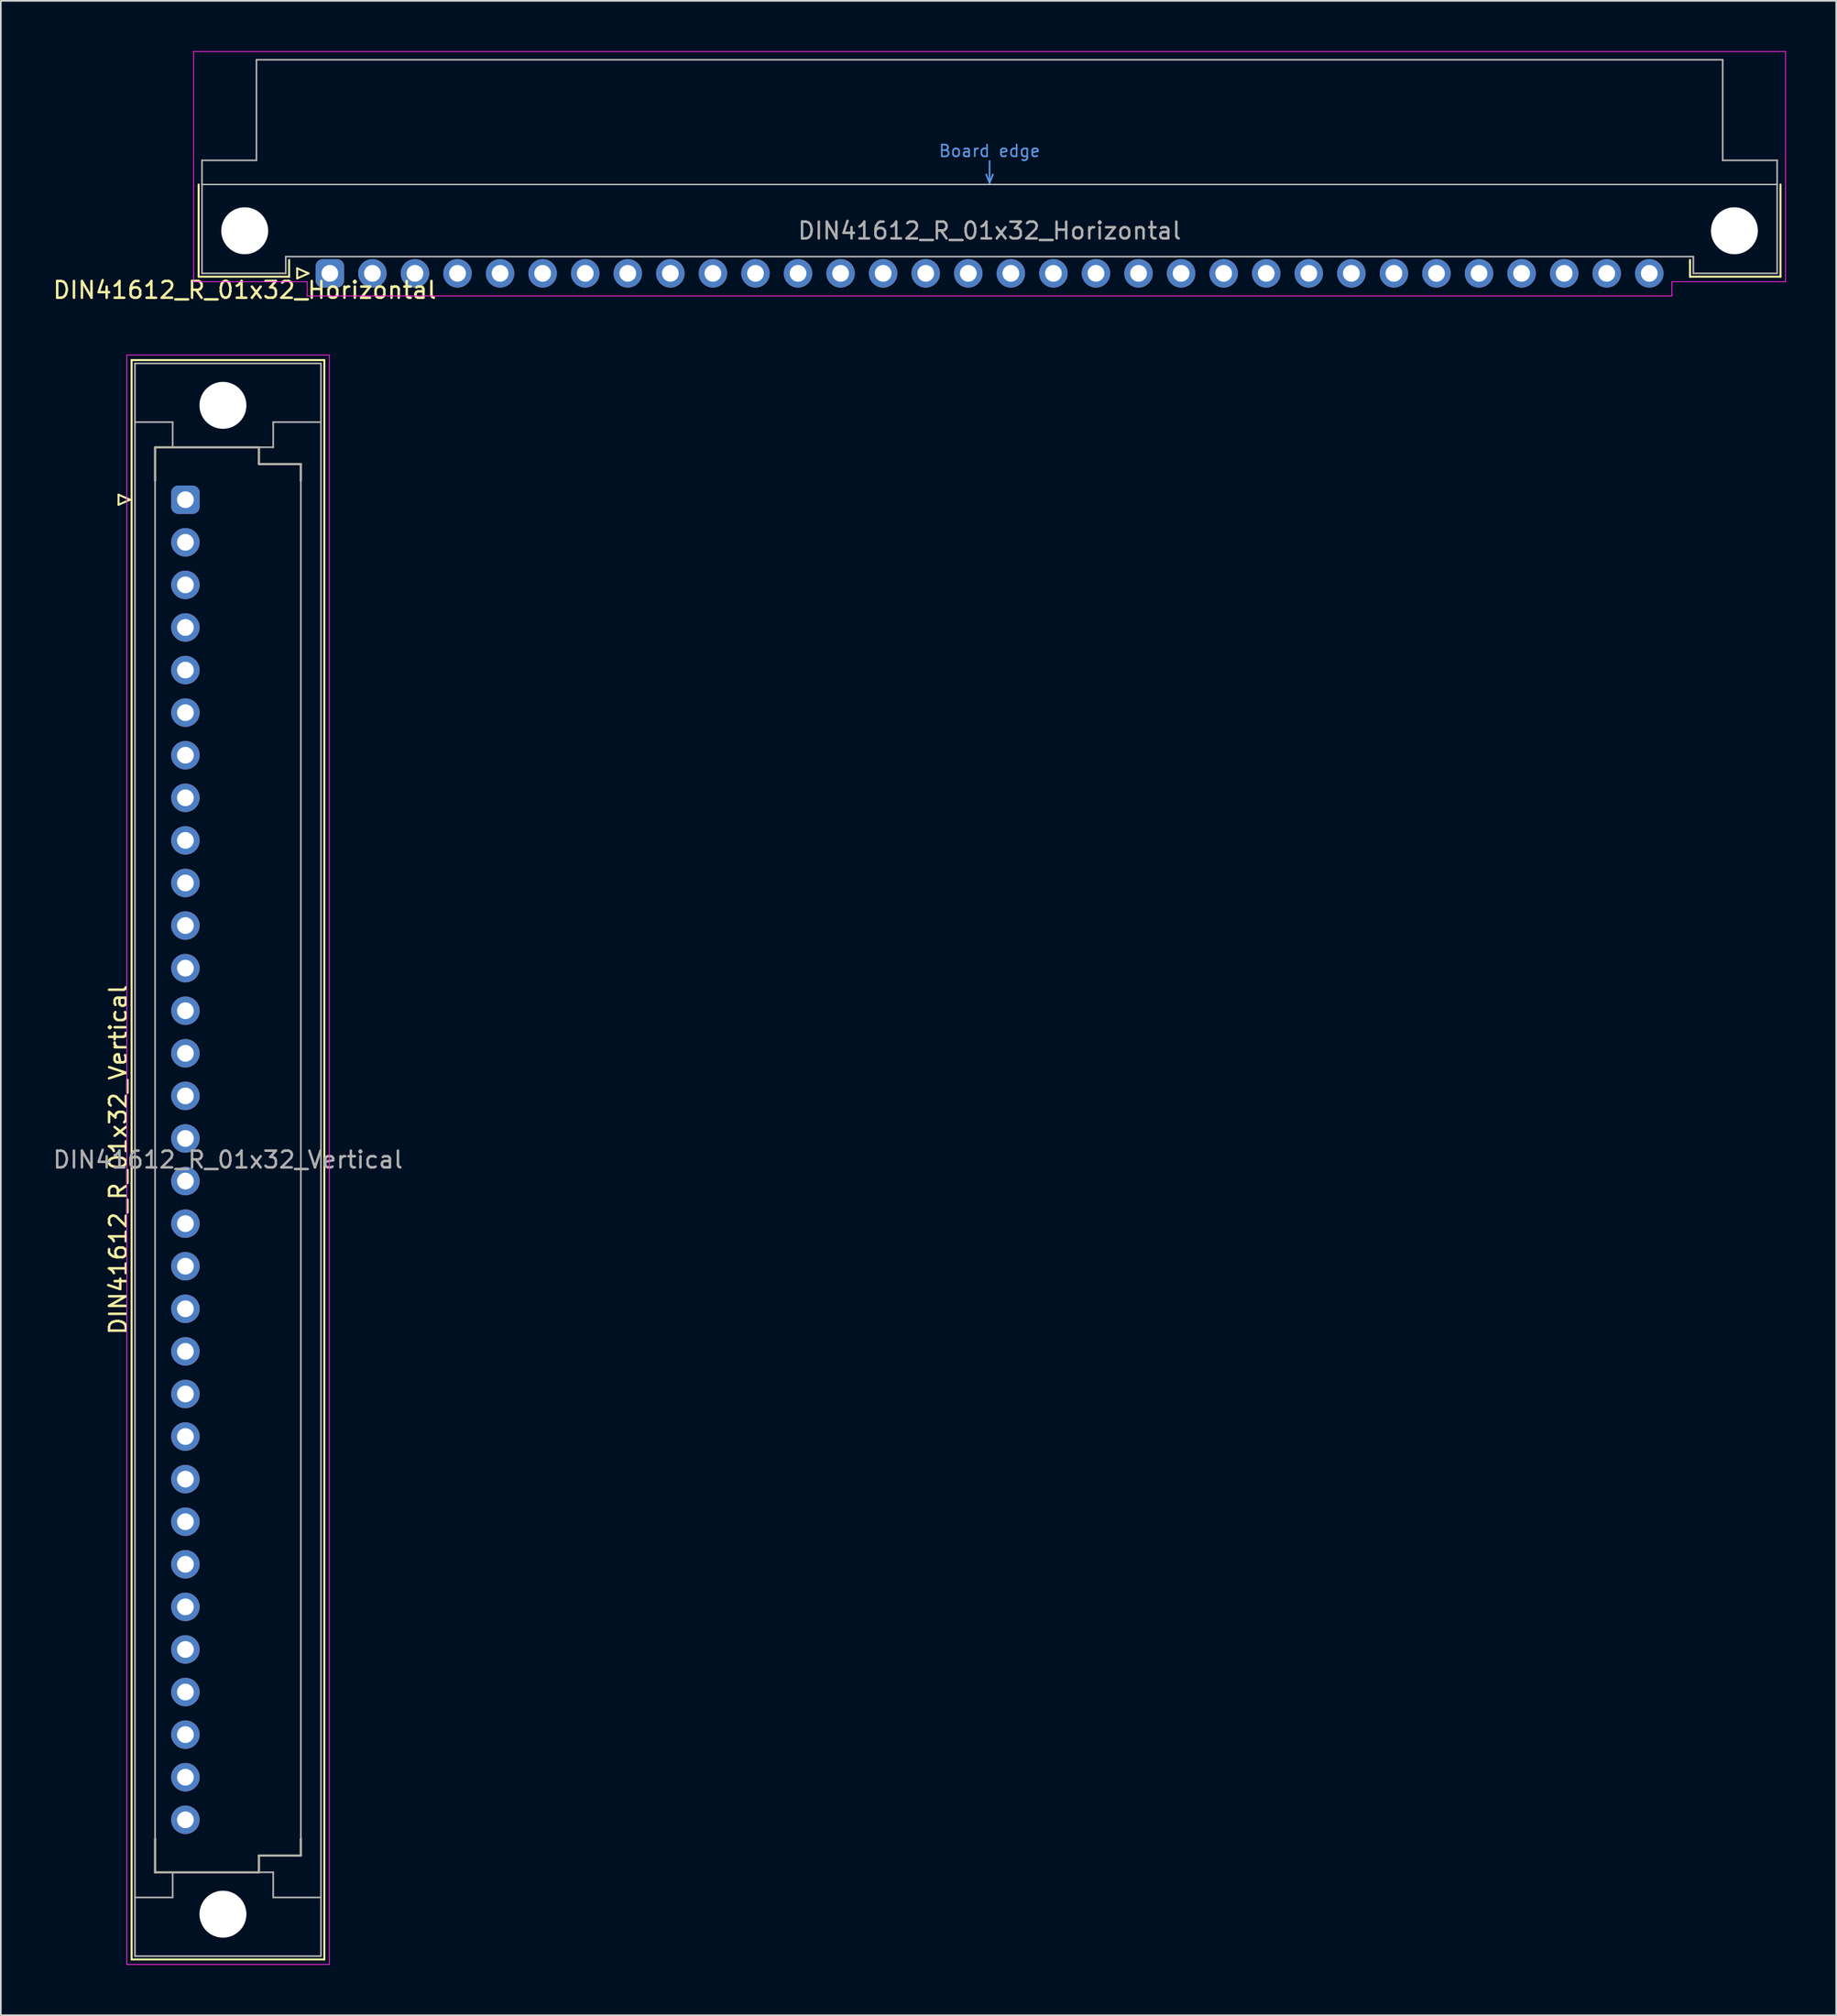
<source format=kicad_pcb>
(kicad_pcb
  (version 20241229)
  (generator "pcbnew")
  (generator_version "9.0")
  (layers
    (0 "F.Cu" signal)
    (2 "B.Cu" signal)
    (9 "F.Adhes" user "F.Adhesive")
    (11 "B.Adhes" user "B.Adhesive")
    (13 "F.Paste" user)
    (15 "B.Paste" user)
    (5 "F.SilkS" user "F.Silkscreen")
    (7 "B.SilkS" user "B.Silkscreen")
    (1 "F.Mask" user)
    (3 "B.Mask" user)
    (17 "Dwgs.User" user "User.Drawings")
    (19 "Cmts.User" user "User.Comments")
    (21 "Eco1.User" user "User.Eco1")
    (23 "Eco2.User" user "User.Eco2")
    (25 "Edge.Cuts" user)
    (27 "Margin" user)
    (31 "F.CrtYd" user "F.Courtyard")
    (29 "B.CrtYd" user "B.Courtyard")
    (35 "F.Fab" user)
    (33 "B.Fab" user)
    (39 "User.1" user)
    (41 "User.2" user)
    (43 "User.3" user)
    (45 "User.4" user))
  (footprint "DIN41612_R_01x32_Horizontal"
    (layer "F.Cu")
    (at 16.634 13.255)
    (property "Reference" "DIN41612_R_01x32_Horizontal" (at -5.08 1 0) (layer "F.SilkS") (effects (font (size 1 1) (thickness 0.15))))
    (attr through_hole)
    (fp_line (start -7.83 -5.3) (end -7.83 0.2) (stroke (width 0.12) (type solid)) (layer "F.SilkS"))
    (fp_line (start -7.83 0.2) (end -2.43 0.2) (stroke (width 0.12) (type solid)) (layer "F.SilkS"))
    (fp_line (start -2.43 0.2) (end -2.43 -0.8) (stroke (width 0.12) (type solid)) (layer "F.SilkS"))
    (fp_line (start -1.95 -0.3) (end -1.95 0.3) (stroke (width 0.12) (type solid)) (layer "F.SilkS"))
    (fp_line (start -1.95 0.3) (end -1.27 0) (stroke (width 0.12) (type solid)) (layer "F.SilkS"))
    (fp_line (start -1.27 0) (end -1.95 -0.3) (stroke (width 0.12) (type solid)) (layer "F.SilkS"))
    (fp_line (start 81.17 0.2) (end 81.17 -0.8) (stroke (width 0.12) (type solid)) (layer "F.SilkS"))
    (fp_line (start 86.57 -5.3) (end 86.57 0.2) (stroke (width 0.12) (type solid)) (layer "F.SilkS"))
    (fp_line (start 86.57 0.2) (end 81.17 0.2) (stroke (width 0.12) (type solid)) (layer "F.SilkS"))
    (fp_line (start -7.63 -5.3) (end 86.37 -5.3) (stroke (width 0.08) (type solid)) (layer "Dwgs.User"))
    (fp_line (start 39.17 -5.9) (end 39.37 -5.4) (stroke (width 0.1) (type solid)) (layer "Cmts.User"))
    (fp_line (start 39.37 -5.4) (end 39.37 -6.7) (stroke (width 0.1) (type solid)) (layer "Cmts.User"))
    (fp_line (start 39.37 -5.4) (end 39.57 -5.9) (stroke (width 0.1) (type solid)) (layer "Cmts.User"))
    (fp_line (start -8.13 -13.23) (end -8.13 0.5) (stroke (width 0.05) (type solid)) (layer "F.CrtYd"))
    (fp_line (start -8.13 0.5) (end -1.35 0.5) (stroke (width 0.05) (type solid)) (layer "F.CrtYd"))
    (fp_line (start -1.35 0.5) (end -1.35 1.35) (stroke (width 0.05) (type solid)) (layer "F.CrtYd"))
    (fp_line (start -1.35 1.35) (end 80.09 1.35) (stroke (width 0.05) (type solid)) (layer "F.CrtYd"))
    (fp_line (start 80.09 0.5) (end 86.87 0.5) (stroke (width 0.05) (type solid)) (layer "F.CrtYd"))
    (fp_line (start 80.09 1.35) (end 80.09 0.5) (stroke (width 0.05) (type solid)) (layer "F.CrtYd"))
    (fp_line (start 86.87 -13.23) (end -8.13 -13.23) (stroke (width 0.05) (type solid)) (layer "F.CrtYd"))
    (fp_line (start 86.87 0.5) (end 86.87 -13.23) (stroke (width 0.05) (type solid)) (layer "F.CrtYd"))
    (fp_line (start -7.63 -6.74) (end -7.63 0) (stroke (width 0.1) (type solid)) (layer "F.Fab"))
    (fp_line (start -7.63 0) (end -2.63 0) (stroke (width 0.1) (type solid)) (layer "F.Fab"))
    (fp_line (start -4.38 -12.74) (end -4.38 -6.74) (stroke (width 0.1) (type solid)) (layer "F.Fab"))
    (fp_line (start -4.38 -6.74) (end -7.63 -6.74) (stroke (width 0.1) (type solid)) (layer "F.Fab"))
    (fp_line (start -2.63 -1) (end 81.37 -1) (stroke (width 0.1) (type solid)) (layer "F.Fab"))
    (fp_line (start -2.63 0) (end -2.63 -1) (stroke (width 0.1) (type solid)) (layer "F.Fab"))
    (fp_line (start 81.37 -1) (end 81.37 0) (stroke (width 0.1) (type solid)) (layer "F.Fab"))
    (fp_line (start 81.37 0) (end 86.37 0) (stroke (width 0.1) (type solid)) (layer "F.Fab"))
    (fp_line (start 83.12 -12.74) (end -4.38 -12.74) (stroke (width 0.1) (type solid)) (layer "F.Fab"))
    (fp_line (start 83.12 -6.74) (end 83.12 -12.74) (stroke (width 0.1) (type solid)) (layer "F.Fab"))
    (fp_line (start 86.37 -6.74) (end 83.12 -6.74) (stroke (width 0.1) (type solid)) (layer "F.Fab"))
    (fp_line (start 86.37 0) (end 86.37 -6.74) (stroke (width 0.1) (type solid)) (layer "F.Fab"))
    (fp_text user "Board edge" (at 39.37 -7.3 0) (layer "Cmts.User") (effects (font (size 0.7 0.7) (thickness 0.1))))
    (fp_text user "${REFERENCE}" (at 39.37 -2.54 0) (layer "F.Fab") (effects (font (size 1 1) (thickness 0.15))))
    (pad "" np_thru_hole circle (at -5.08 -2.54) (size 2.8 2.8) (drill 2.8) (layers "*.Cu" "*.Mask"))
    (pad "" np_thru_hole circle (at 83.82 -2.54) (size 2.8 2.8) (drill 2.8) (layers "*.Cu" "*.Mask"))
    (pad "a1" thru_hole roundrect (at 0 0) (size 1.7 1.7) (drill 1) (layers "*.Cu" "*.Mask") (roundrect_rratio 0.25))
    (pad "a2" thru_hole circle (at 2.54 0) (size 1.7 1.7) (drill 1) (layers "*.Cu" "*.Mask"))
    (pad "a3" thru_hole circle (at 5.08 0) (size 1.7 1.7) (drill 1) (layers "*.Cu" "*.Mask"))
    (pad "a4" thru_hole circle (at 7.62 0) (size 1.7 1.7) (drill 1) (layers "*.Cu" "*.Mask"))
    (pad "a5" thru_hole circle (at 10.16 0) (size 1.7 1.7) (drill 1) (layers "*.Cu" "*.Mask"))
    (pad "a6" thru_hole circle (at 12.7 0) (size 1.7 1.7) (drill 1) (layers "*.Cu" "*.Mask"))
    (pad "a7" thru_hole circle (at 15.24 0) (size 1.7 1.7) (drill 1) (layers "*.Cu" "*.Mask"))
    (pad "a8" thru_hole circle (at 17.78 0) (size 1.7 1.7) (drill 1) (layers "*.Cu" "*.Mask"))
    (pad "a9" thru_hole circle (at 20.32 0) (size 1.7 1.7) (drill 1) (layers "*.Cu" "*.Mask"))
    (pad "a10" thru_hole circle (at 22.86 0) (size 1.7 1.7) (drill 1) (layers "*.Cu" "*.Mask"))
    (pad "a11" thru_hole circle (at 25.4 0) (size 1.7 1.7) (drill 1) (layers "*.Cu" "*.Mask"))
    (pad "a12" thru_hole circle (at 27.94 0) (size 1.7 1.7) (drill 1) (layers "*.Cu" "*.Mask"))
    (pad "a13" thru_hole circle (at 30.48 0) (size 1.7 1.7) (drill 1) (layers "*.Cu" "*.Mask"))
    (pad "a14" thru_hole circle (at 33.02 0) (size 1.7 1.7) (drill 1) (layers "*.Cu" "*.Mask"))
    (pad "a15" thru_hole circle (at 35.56 0) (size 1.7 1.7) (drill 1) (layers "*.Cu" "*.Mask"))
    (pad "a16" thru_hole circle (at 38.1 0) (size 1.7 1.7) (drill 1) (layers "*.Cu" "*.Mask"))
    (pad "a17" thru_hole circle (at 40.64 0) (size 1.7 1.7) (drill 1) (layers "*.Cu" "*.Mask"))
    (pad "a18" thru_hole circle (at 43.18 0) (size 1.7 1.7) (drill 1) (layers "*.Cu" "*.Mask"))
    (pad "a19" thru_hole circle (at 45.72 0) (size 1.7 1.7) (drill 1) (layers "*.Cu" "*.Mask"))
    (pad "a20" thru_hole circle (at 48.26 0) (size 1.7 1.7) (drill 1) (layers "*.Cu" "*.Mask"))
    (pad "a21" thru_hole circle (at 50.8 0) (size 1.7 1.7) (drill 1) (layers "*.Cu" "*.Mask"))
    (pad "a22" thru_hole circle (at 53.34 0) (size 1.7 1.7) (drill 1) (layers "*.Cu" "*.Mask"))
    (pad "a23" thru_hole circle (at 55.88 0) (size 1.7 1.7) (drill 1) (layers "*.Cu" "*.Mask"))
    (pad "a24" thru_hole circle (at 58.42 0) (size 1.7 1.7) (drill 1) (layers "*.Cu" "*.Mask"))
    (pad "a25" thru_hole circle (at 60.96 0) (size 1.7 1.7) (drill 1) (layers "*.Cu" "*.Mask"))
    (pad "a26" thru_hole circle (at 63.5 0) (size 1.7 1.7) (drill 1) (layers "*.Cu" "*.Mask"))
    (pad "a27" thru_hole circle (at 66.04 0) (size 1.7 1.7) (drill 1) (layers "*.Cu" "*.Mask"))
    (pad "a28" thru_hole circle (at 68.58 0) (size 1.7 1.7) (drill 1) (layers "*.Cu" "*.Mask"))
    (pad "a29" thru_hole circle (at 71.12 0) (size 1.7 1.7) (drill 1) (layers "*.Cu" "*.Mask"))
    (pad "a30" thru_hole circle (at 73.66 0) (size 1.7 1.7) (drill 1) (layers "*.Cu" "*.Mask"))
    (pad "a31" thru_hole circle (at 76.2 0) (size 1.7 1.7) (drill 1) (layers "*.Cu" "*.Mask"))
    (pad "a32" thru_hole circle (at 78.74 0) (size 1.7 1.7) (drill 1) (layers "*.Cu" "*.Mask")))
  (footprint "DIN41612_R_01x32_Vertical"
    (layer "F.Cu")
    (at 8.014 26.758)
    (property "Reference" "DIN41612_R_01x32_Vertical" (at -4.01 39.37 90) (layer "F.SilkS") (effects (font (size 1 1) (thickness 0.15))))
    (attr through_hole)
    (fp_line (start -3.99 -0.3) (end -3.99 0.3) (stroke (width 0.12) (type solid)) (layer "F.SilkS"))
    (fp_line (start -3.99 0.3) (end -3.31 0) (stroke (width 0.12) (type solid)) (layer "F.SilkS"))
    (fp_line (start -3.31 0) (end -3.99 -0.3) (stroke (width 0.12) (type solid)) (layer "F.SilkS"))
    (fp_line (start -3.21 -8.33) (end 8.29 -8.33) (stroke (width 0.12) (type solid)) (layer "F.SilkS"))
    (fp_line (start -3.21 87.07) (end -3.21 -8.33) (stroke (width 0.12) (type solid)) (layer "F.SilkS"))
    (fp_line (start -1.81 -3.13) (end 4.39 -3.13) (stroke (width 0.12) (type solid)) (layer "F.SilkS"))
    (fp_line (start -1.81 -1.13) (end -1.81 -3.13) (stroke (width 0.12) (type solid)) (layer "F.SilkS"))
    (fp_line (start -1.81 79.87) (end -1.81 81.87) (stroke (width 0.12) (type solid)) (layer "F.SilkS"))
    (fp_line (start -1.81 81.87) (end 4.39 81.87) (stroke (width 0.12) (type solid)) (layer "F.SilkS"))
    (fp_line (start 4.39 -3.13) (end 4.39 -2.13) (stroke (width 0.12) (type solid)) (layer "F.SilkS"))
    (fp_line (start 4.39 -2.13) (end 6.89 -2.13) (stroke (width 0.12) (type solid)) (layer "F.SilkS"))
    (fp_line (start 4.39 80.87) (end 6.89 80.87) (stroke (width 0.12) (type solid)) (layer "F.SilkS"))
    (fp_line (start 4.39 81.87) (end 4.39 80.87) (stroke (width 0.12) (type solid)) (layer "F.SilkS"))
    (fp_line (start 6.89 -2.13) (end 6.89 -1.13) (stroke (width 0.12) (type solid)) (layer "F.SilkS"))
    (fp_line (start 6.89 80.87) (end 6.89 79.87) (stroke (width 0.12) (type solid)) (layer "F.SilkS"))
    (fp_line (start 8.29 -8.33) (end 8.29 87.07) (stroke (width 0.12) (type solid)) (layer "F.SilkS"))
    (fp_line (start 8.29 87.07) (end -3.21 87.07) (stroke (width 0.12) (type solid)) (layer "F.SilkS"))
    (fp_line (start -3.5 -8.63) (end 8.59 -8.63) (stroke (width 0.05) (type solid)) (layer "F.CrtYd"))
    (fp_line (start -3.5 87.37) (end -3.5 -8.63) (stroke (width 0.05) (type solid)) (layer "F.CrtYd"))
    (fp_line (start 8.59 -8.63) (end 8.59 87.37) (stroke (width 0.05) (type solid)) (layer "F.CrtYd"))
    (fp_line (start 8.59 87.37) (end -3.5 87.37) (stroke (width 0.05) (type solid)) (layer "F.CrtYd"))
    (fp_line (start -3.01 -8.13) (end 8.09 -8.13) (stroke (width 0.1) (type solid)) (layer "F.Fab"))
    (fp_line (start -3.01 -4.63) (end -0.76 -4.63) (stroke (width 0.1) (type solid)) (layer "F.Fab"))
    (fp_line (start -3.01 83.37) (end -0.76 83.37) (stroke (width 0.1) (type solid)) (layer "F.Fab"))
    (fp_line (start -3.01 86.87) (end -3.01 -8.13) (stroke (width 0.1) (type solid)) (layer "F.Fab"))
    (fp_line (start -1.81 -3.13) (end 4.39 -3.13) (stroke (width 0.1) (type solid)) (layer "F.Fab"))
    (fp_line (start -1.81 81.87) (end -1.81 -3.13) (stroke (width 0.1) (type solid)) (layer "F.Fab"))
    (fp_line (start -0.76 -4.63) (end -0.76 -3.13) (stroke (width 0.1) (type solid)) (layer "F.Fab"))
    (fp_line (start -0.76 -3.13) (end 5.24 -3.13) (stroke (width 0.1) (type solid)) (layer "F.Fab"))
    (fp_line (start -0.76 81.87) (end 5.24 81.87) (stroke (width 0.1) (type solid)) (layer "F.Fab"))
    (fp_line (start -0.76 83.37) (end -0.76 81.87) (stroke (width 0.1) (type solid)) (layer "F.Fab"))
    (fp_line (start 4.39 -3.13) (end 4.39 -2.13) (stroke (width 0.1) (type solid)) (layer "F.Fab"))
    (fp_line (start 4.39 -2.13) (end 6.89 -2.13) (stroke (width 0.1) (type solid)) (layer "F.Fab"))
    (fp_line (start 4.39 80.87) (end 4.39 81.87) (stroke (width 0.1) (type solid)) (layer "F.Fab"))
    (fp_line (start 4.39 81.87) (end -1.81 81.87) (stroke (width 0.1) (type solid)) (layer "F.Fab"))
    (fp_line (start 5.24 -4.63) (end 8.09 -4.63) (stroke (width 0.1) (type solid)) (layer "F.Fab"))
    (fp_line (start 5.24 -3.13) (end 5.24 -4.63) (stroke (width 0.1) (type solid)) (layer "F.Fab"))
    (fp_line (start 5.24 81.87) (end 5.24 83.37) (stroke (width 0.1) (type solid)) (layer "F.Fab"))
    (fp_line (start 5.24 83.37) (end 8.09 83.37) (stroke (width 0.1) (type solid)) (layer "F.Fab"))
    (fp_line (start 6.89 -2.13) (end 6.89 80.87) (stroke (width 0.1) (type solid)) (layer "F.Fab"))
    (fp_line (start 6.89 80.87) (end 4.39 80.87) (stroke (width 0.1) (type solid)) (layer "F.Fab"))
    (fp_line (start 8.09 -8.13) (end 8.09 86.87) (stroke (width 0.1) (type solid)) (layer "F.Fab"))
    (fp_line (start 8.09 86.87) (end -3.01 86.87) (stroke (width 0.1) (type solid)) (layer "F.Fab"))
    (fp_text user "${REFERENCE}" (at 2.54 39.37 0) (layer "F.Fab") (effects (font (size 1 1) (thickness 0.15))))
    (pad "" np_thru_hole circle (at 2.24 -5.63) (size 2.8 2.8) (drill 2.8) (layers "*.Cu" "*.Mask"))
    (pad "" np_thru_hole circle (at 2.24 84.37) (size 2.8 2.8) (drill 2.8) (layers "*.Cu" "*.Mask"))
    (pad "a1" thru_hole roundrect (at 0 0) (size 1.7 1.7) (drill 1) (layers "*.Cu" "*.Mask") (roundrect_rratio 0.25))
    (pad "a2" thru_hole circle (at 0 2.54) (size 1.7 1.7) (drill 1) (layers "*.Cu" "*.Mask"))
    (pad "a3" thru_hole circle (at 0 5.08) (size 1.7 1.7) (drill 1) (layers "*.Cu" "*.Mask"))
    (pad "a4" thru_hole circle (at 0 7.62) (size 1.7 1.7) (drill 1) (layers "*.Cu" "*.Mask"))
    (pad "a5" thru_hole circle (at 0 10.16) (size 1.7 1.7) (drill 1) (layers "*.Cu" "*.Mask"))
    (pad "a6" thru_hole circle (at 0 12.7) (size 1.7 1.7) (drill 1) (layers "*.Cu" "*.Mask"))
    (pad "a7" thru_hole circle (at 0 15.24) (size 1.7 1.7) (drill 1) (layers "*.Cu" "*.Mask"))
    (pad "a8" thru_hole circle (at 0 17.78) (size 1.7 1.7) (drill 1) (layers "*.Cu" "*.Mask"))
    (pad "a9" thru_hole circle (at 0 20.32) (size 1.7 1.7) (drill 1) (layers "*.Cu" "*.Mask"))
    (pad "a10" thru_hole circle (at 0 22.86) (size 1.7 1.7) (drill 1) (layers "*.Cu" "*.Mask"))
    (pad "a11" thru_hole circle (at 0 25.4) (size 1.7 1.7) (drill 1) (layers "*.Cu" "*.Mask"))
    (pad "a12" thru_hole circle (at 0 27.94) (size 1.7 1.7) (drill 1) (layers "*.Cu" "*.Mask"))
    (pad "a13" thru_hole circle (at 0 30.48) (size 1.7 1.7) (drill 1) (layers "*.Cu" "*.Mask"))
    (pad "a14" thru_hole circle (at 0 33.02) (size 1.7 1.7) (drill 1) (layers "*.Cu" "*.Mask"))
    (pad "a15" thru_hole circle (at 0 35.56) (size 1.7 1.7) (drill 1) (layers "*.Cu" "*.Mask"))
    (pad "a16" thru_hole circle (at 0 38.1) (size 1.7 1.7) (drill 1) (layers "*.Cu" "*.Mask"))
    (pad "a17" thru_hole circle (at 0 40.64) (size 1.7 1.7) (drill 1) (layers "*.Cu" "*.Mask"))
    (pad "a18" thru_hole circle (at 0 43.18) (size 1.7 1.7) (drill 1) (layers "*.Cu" "*.Mask"))
    (pad "a19" thru_hole circle (at 0 45.72) (size 1.7 1.7) (drill 1) (layers "*.Cu" "*.Mask"))
    (pad "a20" thru_hole circle (at 0 48.26) (size 1.7 1.7) (drill 1) (layers "*.Cu" "*.Mask"))
    (pad "a21" thru_hole circle (at 0 50.8) (size 1.7 1.7) (drill 1) (layers "*.Cu" "*.Mask"))
    (pad "a22" thru_hole circle (at 0 53.34) (size 1.7 1.7) (drill 1) (layers "*.Cu" "*.Mask"))
    (pad "a23" thru_hole circle (at 0 55.88) (size 1.7 1.7) (drill 1) (layers "*.Cu" "*.Mask"))
    (pad "a24" thru_hole circle (at 0 58.42) (size 1.7 1.7) (drill 1) (layers "*.Cu" "*.Mask"))
    (pad "a25" thru_hole circle (at 0 60.96) (size 1.7 1.7) (drill 1) (layers "*.Cu" "*.Mask"))
    (pad "a26" thru_hole circle (at 0 63.5) (size 1.7 1.7) (drill 1) (layers "*.Cu" "*.Mask"))
    (pad "a27" thru_hole circle (at 0 66.04) (size 1.7 1.7) (drill 1) (layers "*.Cu" "*.Mask"))
    (pad "a28" thru_hole circle (at 0 68.58) (size 1.7 1.7) (drill 1) (layers "*.Cu" "*.Mask"))
    (pad "a29" thru_hole circle (at 0 71.12) (size 1.7 1.7) (drill 1) (layers "*.Cu" "*.Mask"))
    (pad "a30" thru_hole circle (at 0 73.66) (size 1.7 1.7) (drill 1) (layers "*.Cu" "*.Mask"))
    (pad "a31" thru_hole circle (at 0 76.2) (size 1.7 1.7) (drill 1) (layers "*.Cu" "*.Mask"))
    (pad "a32" thru_hole circle (at 0 78.74) (size 1.7 1.7) (drill 1) (layers "*.Cu" "*.Mask")))
  (gr_rect
    (start -3 -3)
    (end 106.529 117.153)
    (stroke (width 0.1) (type default))
    (fill no)
    (layer "Edge.Cuts")))
</source>
